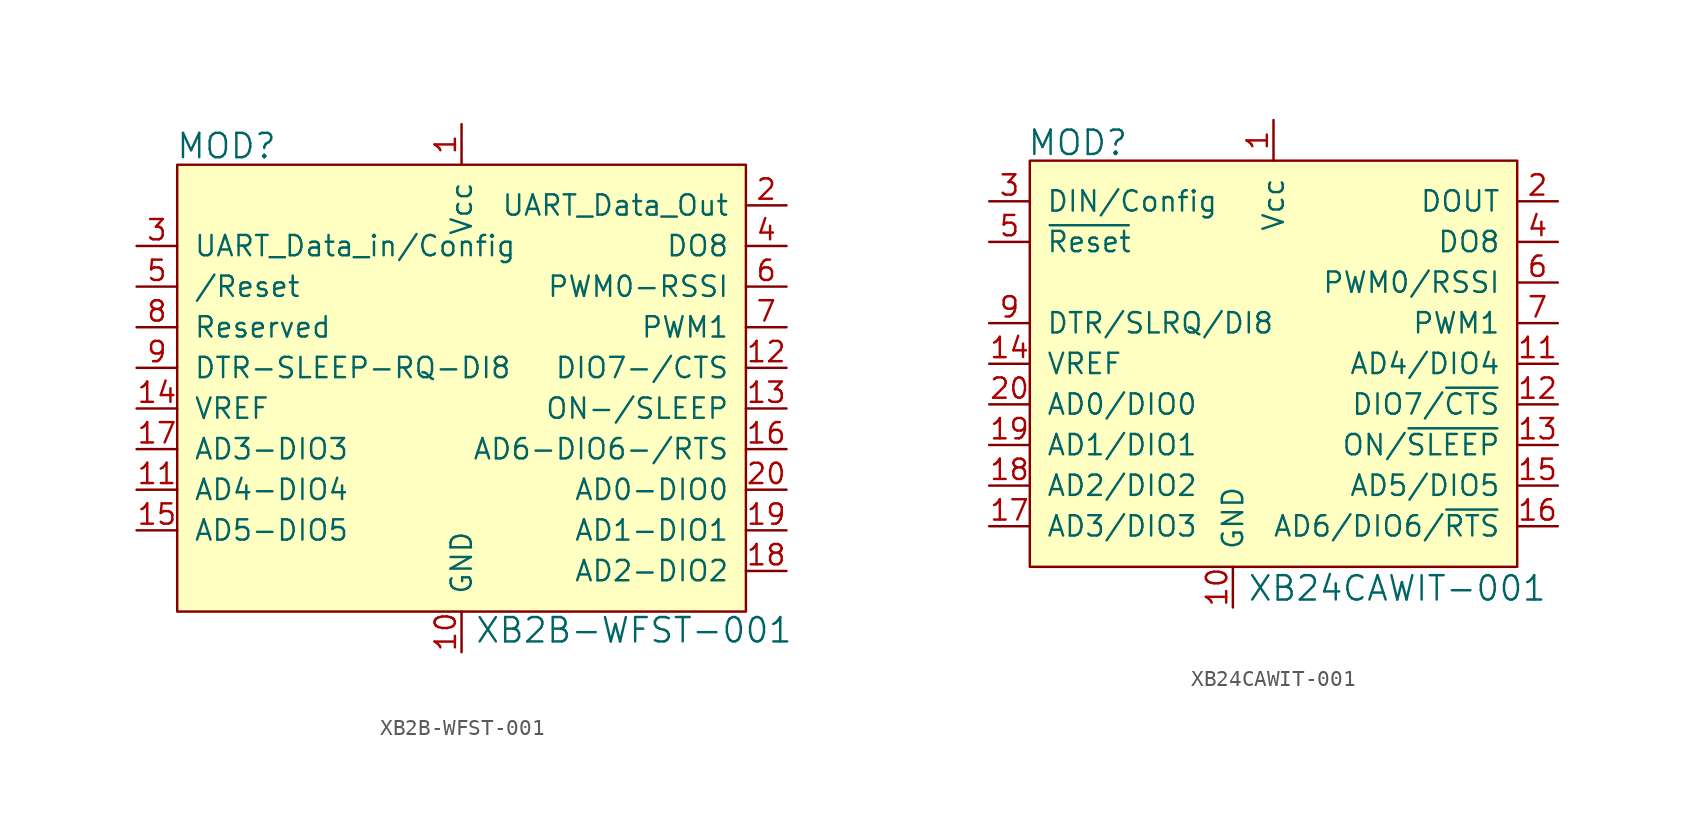
<source format=kicad_sym>
(kicad_symbol_lib
  (version 20231120)
  (generator "kicad_symbol_editor")
  (generator_version "8.0")
  (symbol "XB2B-WFST-001"
    (pin_names
      (offset 1.016))
    (property "Reference" "MOD"
      (at -17.882 18.948 0)
      (effects (font (size 1.524 1.524)) (justify left)))
    (property "Value" "XB2B-WFST-001"
      (at 0.813 -11.328 0)
      (effects (font (size 1.524 1.524)) (justify left)))
    (symbol "XB2B-WFST-001_0_1"
      (rectangle (start -17.78 17.78) (end 17.78 -10.16) (stroke (width 0) (type solid)) (fill (type background))))
    (symbol "XB2B-WFST-001_1_1"
      (pin power_in line (at 0 20.32 270) (length 2.54) (name "Vcc" (effects (font (size 1.27 1.27)))) (number "1" (effects (font (size 1.27 1.27)))))
      (pin power_in line (at 0 -12.7 90) (length 2.54) (name "GND" (effects (font (size 1.27 1.27)))) (number "10" (effects (font (size 1.27 1.27)))))
      (pin bidirectional line (at -20.32 -2.54 0) (length 2.54) (name "AD4-DIO4" (effects (font (size 1.27 1.27)))) (number "11" (effects (font (size 1.27 1.27)))))
      (pin bidirectional line (at 20.32 5.08 180) (length 2.54) (name "DIO7-/CTS" (effects (font (size 1.27 1.27)))) (number "12" (effects (font (size 1.27 1.27)))))
      (pin output line (at 20.32 2.54 180) (length 2.54) (name "ON-/SLEEP" (effects (font (size 1.27 1.27)))) (number "13" (effects (font (size 1.27 1.27)))))
      (pin input line (at -20.32 2.54 0) (length 2.54) (name "VREF" (effects (font (size 1.27 1.27)))) (number "14" (effects (font (size 1.27 1.27)))))
      (pin bidirectional line (at -20.32 -5.08 0) (length 2.54) (name "AD5-DIO5" (effects (font (size 1.27 1.27)))) (number "15" (effects (font (size 1.27 1.27)))))
      (pin bidirectional line (at 20.32 0 180) (length 2.54) (name "AD6-DIO6-/RTS" (effects (font (size 1.27 1.27)))) (number "16" (effects (font (size 1.27 1.27)))))
      (pin bidirectional line (at -20.32 0 0) (length 2.54) (name "AD3-DIO3" (effects (font (size 1.27 1.27)))) (number "17" (effects (font (size 1.27 1.27)))))
      (pin bidirectional line (at 20.32 -7.62 180) (length 2.54) (name "AD2-DIO2" (effects (font (size 1.27 1.27)))) (number "18" (effects (font (size 1.27 1.27)))))
      (pin bidirectional line (at 20.32 -5.08 180) (length 2.54) (name "AD1-DIO1" (effects (font (size 1.27 1.27)))) (number "19" (effects (font (size 1.27 1.27)))))
      (pin output line (at 20.32 15.24 180) (length 2.54) (name "UART_Data_Out" (effects (font (size 1.27 1.27)))) (number "2" (effects (font (size 1.27 1.27)))))
      (pin bidirectional line (at 20.32 -2.54 180) (length 2.54) (name "AD0-DIO0" (effects (font (size 1.27 1.27)))) (number "20" (effects (font (size 1.27 1.27)))))
      (pin input line (at -20.32 12.7 0) (length 2.54) (name "UART_Data_in/Config" (effects (font (size 1.27 1.27)))) (number "3" (effects (font (size 1.27 1.27)))))
      (pin output line (at 20.32 12.7 180) (length 2.54) (name "DO8" (effects (font (size 1.27 1.27)))) (number "4" (effects (font (size 1.27 1.27)))))
      (pin input line (at -20.32 10.16 0) (length 2.54) (name "/Reset" (effects (font (size 1.27 1.27)))) (number "5" (effects (font (size 1.27 1.27)))))
      (pin output line (at 20.32 10.16 180) (length 2.54) (name "PWM0-RSSI" (effects (font (size 1.27 1.27)))) (number "6" (effects (font (size 1.27 1.27)))))
      (pin output line (at 20.32 7.62 180) (length 2.54) (name "PWM1" (effects (font (size 1.27 1.27)))) (number "7" (effects (font (size 1.27 1.27)))))
      (pin bidirectional line (at -20.32 7.62 0) (length 2.54) (name "Reserved" (effects (font (size 1.27 1.27)))) (number "8" (effects (font (size 1.27 1.27)))))
      (pin input line (at -20.32 5.08 0) (length 2.54) (name "DTR-SLEEP-RQ-DI8" (effects (font (size 1.27 1.27)))) (number "9" (effects (font (size 1.27 1.27)))))))
  (symbol "XB24CAWIT-001"
    (pin_names
      (offset 1.016))
    (property "Reference" "MOD"
      (at -15.418 13.818 0)
      (effects (font (size 1.524 1.524)) (justify left)))
    (property "Value" "XB24CAWIT-001"
      (at -1.651 -14.046 0)
      (effects (font (size 1.524 1.524)) (justify left)))
    (symbol "XB24CAWIT-001_0_1"
      (rectangle (start -15.24 12.7) (end 15.24 -12.7) (stroke (width 0) (type solid)) (fill (type background))))
    (symbol "XB24CAWIT-001_1_1"
      (pin power_in line (at 0 15.24 270) (length 2.54) (name "Vcc" (effects (font (size 1.27 1.27)))) (number "1" (effects (font (size 1.27 1.27)))))
      (pin power_in line (at -2.54 -15.24 90) (length 2.54) (name "GND" (effects (font (size 1.27 1.27)))) (number "10" (effects (font (size 1.27 1.27)))))
      (pin bidirectional line (at 17.78 0 180) (length 2.54) (name "AD4/DIO4" (effects (font (size 1.27 1.27)))) (number "11" (effects (font (size 1.27 1.27)))))
      (pin bidirectional line (at 17.78 -2.54 180) (length 2.54) (name "DIO7/~{CTS}" (effects (font (size 1.27 1.27)))) (number "12" (effects (font (size 1.27 1.27)))))
      (pin output line (at 17.78 -5.08 180) (length 2.54) (name "ON/~{SLEEP}" (effects (font (size 1.27 1.27)))) (number "13" (effects (font (size 1.27 1.27)))))
      (pin input line (at -17.78 0 0) (length 2.54) (name "VREF" (effects (font (size 1.27 1.27)))) (number "14" (effects (font (size 1.27 1.27)))))
      (pin bidirectional line (at 17.78 -7.62 180) (length 2.54) (name "AD5/DIO5" (effects (font (size 1.27 1.27)))) (number "15" (effects (font (size 1.27 1.27)))))
      (pin bidirectional line (at 17.78 -10.16 180) (length 2.54) (name "AD6/DIO6/~{RTS}" (effects (font (size 1.27 1.27)))) (number "16" (effects (font (size 1.27 1.27)))))
      (pin bidirectional line (at -17.78 -10.16 0) (length 2.54) (name "AD3/DIO3" (effects (font (size 1.27 1.27)))) (number "17" (effects (font (size 1.27 1.27)))))
      (pin bidirectional line (at -17.78 -7.62 0) (length 2.54) (name "AD2/DIO2" (effects (font (size 1.27 1.27)))) (number "18" (effects (font (size 1.27 1.27)))))
      (pin bidirectional line (at -17.78 -5.08 0) (length 2.54) (name "AD1/DIO1" (effects (font (size 1.27 1.27)))) (number "19" (effects (font (size 1.27 1.27)))))
      (pin output line (at 17.78 10.16 180) (length 2.54) (name "DOUT" (effects (font (size 1.27 1.27)))) (number "2" (effects (font (size 1.27 1.27)))))
      (pin bidirectional line (at -17.78 -2.54 0) (length 2.54) (name "AD0/DIO0" (effects (font (size 1.27 1.27)))) (number "20" (effects (font (size 1.27 1.27)))))
      (pin input line (at -17.78 10.16 0) (length 2.54) (name "DIN/Config" (effects (font (size 1.27 1.27)))) (number "3" (effects (font (size 1.27 1.27)))))
      (pin output line (at 17.78 7.62 180) (length 2.54) (name "DO8" (effects (font (size 1.27 1.27)))) (number "4" (effects (font (size 1.27 1.27)))))
      (pin input line (at -17.78 7.62 0) (length 2.54) (name "~{Reset}" (effects (font (size 1.27 1.27)))) (number "5" (effects (font (size 1.27 1.27)))))
      (pin output line (at 17.78 5.08 180) (length 2.54) (name "PWM0/RSSI" (effects (font (size 1.27 1.27)))) (number "6" (effects (font (size 1.27 1.27)))))
      (pin output line (at 17.78 2.54 180) (length 2.54) (name "PWM1" (effects (font (size 1.27 1.27)))) (number "7" (effects (font (size 1.27 1.27)))))
      (pin no_connect line (at -15.24 5.08 0) (length 2.54) hide (name "Reserved" (effects (font (size 1.27 1.27)))) (number "8" (effects (font (size 1.27 1.27)))))
      (pin input line (at -17.78 2.54 0) (length 2.54) (name "DTR/SLRQ/DI8" (effects (font (size 1.27 1.27)))) (number "9" (effects (font (size 1.27 1.27))))))))
</source>
